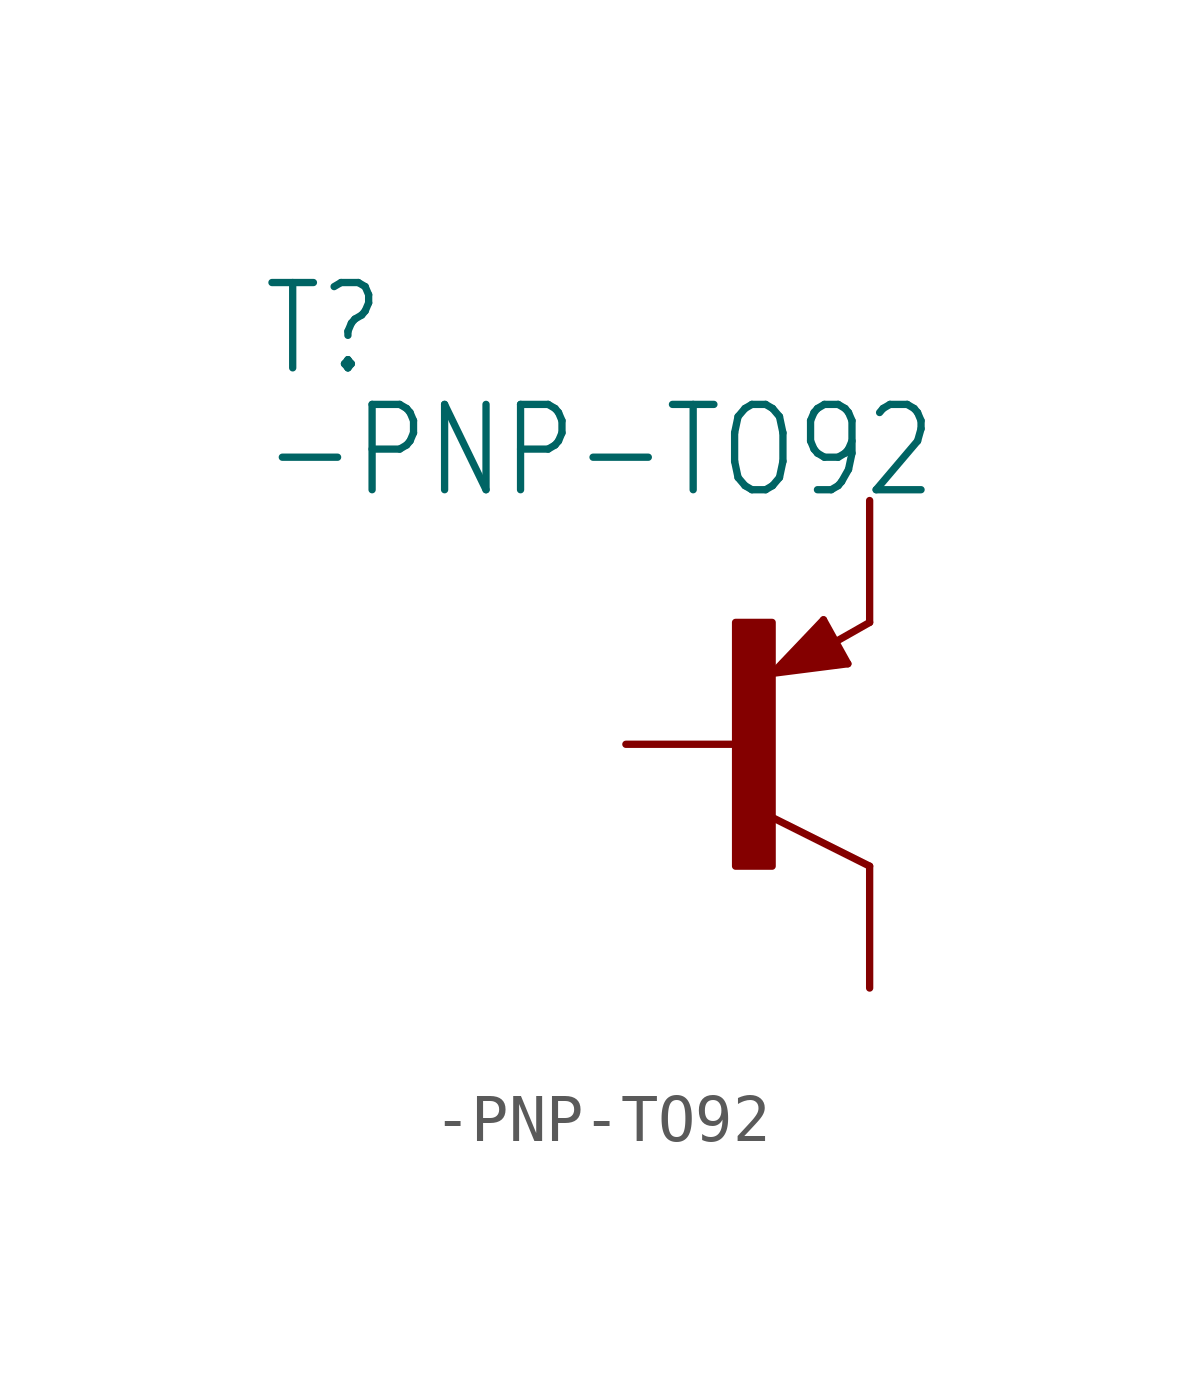
<source format=kicad_sym>
(kicad_symbol_lib
  (version 20211014)
  (generator kicad_symbol_editor)
  (symbol "-PNP-TO92"
    (property "Reference" "T"
      (at -10.16 7.62 0)
      (effects (font (size 1.778 1.511)) (justify left bottom)))
    (property "Value" "-PNP-TO92"
      (at -10.16 5.08 0)
      (effects (font (size 1.778 1.511)) (justify left bottom)))
    (property "ki_locked" ""
      (at 0 0 0)
      (effects (font (size 1.27 1.27))))
    (symbol "-PNP-TO92_1_0"
      (rectangle (start -0.254 -2.54) (end 0.508 2.54) (stroke (width 0) (type default) (color 0 0 0 0)) (fill (type outline)))
      (polyline (pts (xy 0.516 1.478) (xy 2.086 1.678)) (stroke (width 0.152) (type default) (color 0 0 0 0)) (fill (type none)))
      (polyline (pts (xy 0.762 1.651) (xy 1.778 1.778)) (stroke (width 0.254) (type default) (color 0 0 0 0)) (fill (type none)))
      (polyline (pts (xy 1.143 1.905) (xy 1.524 1.905)) (stroke (width 0.254) (type default) (color 0 0 0 0)) (fill (type none)))
      (polyline (pts (xy 1.524 2.159) (xy 1.143 1.905)) (stroke (width 0.254) (type default) (color 0 0 0 0)) (fill (type none)))
      (polyline (pts (xy 1.524 2.413) (xy 0.762 1.651)) (stroke (width 0.254) (type default) (color 0 0 0 0)) (fill (type none)))
      (polyline (pts (xy 1.578 2.594) (xy 0.516 1.478)) (stroke (width 0.152) (type default) (color 0 0 0 0)) (fill (type none)))
      (polyline (pts (xy 1.778 1.778) (xy 1.524 2.159)) (stroke (width 0.254) (type default) (color 0 0 0 0)) (fill (type none)))
      (polyline (pts (xy 1.905 1.778) (xy 1.524 2.413)) (stroke (width 0.254) (type default) (color 0 0 0 0)) (fill (type none)))
      (polyline (pts (xy 2.086 1.678) (xy 1.578 2.594)) (stroke (width 0.152) (type default) (color 0 0 0 0)) (fill (type none)))
      (polyline (pts (xy 2.54 -2.54) (xy 0.508 -1.524)) (stroke (width 0.152) (type default) (color 0 0 0 0)) (fill (type none)))
      (polyline (pts (xy 2.54 2.54) (xy 1.808 2.124)) (stroke (width 0.152) (type default) (color 0 0 0 0)) (fill (type none)))
      (pin passive line (at 2.54 5.08 270) (length 2.54) (name "E" (effects (font (size 0 0)))) (number "1" (effects (font (size 0 0)))))
      (pin passive line (at -2.54 0 0) (length 2.54) (name "B" (effects (font (size 0 0)))) (number "2" (effects (font (size 0 0)))))
      (pin passive line (at 2.54 -5.08 90) (length 2.54) (name "C" (effects (font (size 0 0)))) (number "3" (effects (font (size 0 0))))))))
</source>
